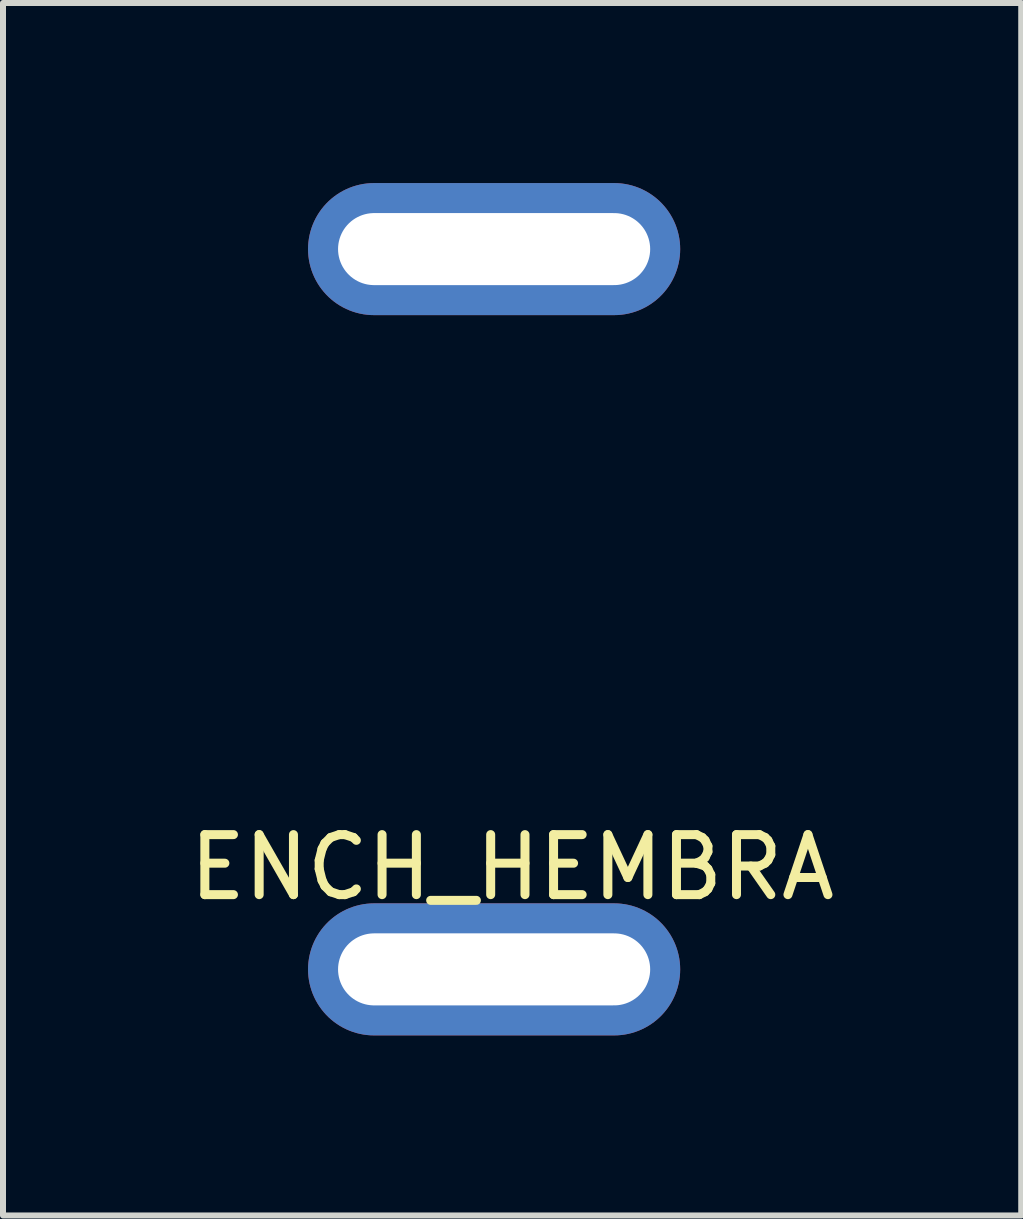
<source format=kicad_pcb>
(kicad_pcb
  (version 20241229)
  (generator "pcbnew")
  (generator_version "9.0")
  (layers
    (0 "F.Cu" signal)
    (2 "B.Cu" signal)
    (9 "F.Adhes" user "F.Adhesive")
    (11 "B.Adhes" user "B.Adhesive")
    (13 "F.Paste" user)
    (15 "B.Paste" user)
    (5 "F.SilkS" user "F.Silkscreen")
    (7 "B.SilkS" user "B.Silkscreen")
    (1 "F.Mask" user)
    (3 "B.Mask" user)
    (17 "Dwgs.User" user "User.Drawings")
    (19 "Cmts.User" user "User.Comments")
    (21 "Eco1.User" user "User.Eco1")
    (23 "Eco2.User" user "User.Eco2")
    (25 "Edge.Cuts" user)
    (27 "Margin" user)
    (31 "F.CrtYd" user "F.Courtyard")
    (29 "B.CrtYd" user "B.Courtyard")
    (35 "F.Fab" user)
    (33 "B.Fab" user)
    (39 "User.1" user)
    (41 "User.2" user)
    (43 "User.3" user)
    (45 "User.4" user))
  (footprint "ENCH_HEMBRA"
    (layer "F.Cu")
    (at 2.582 12.5)
    (property "Reference" "ENCH_HEMBRA" (at 2.9 -1.1 0) (layer "F.SilkS") (effects (font (size 1 1) (thickness 0.15))))
    (attr through_hole)
    (pad "1" thru_hole oval (at 2.6 -11.4) (size 6.2 2.2) (drill oval 5.2 1.2) (layers "*.Cu" "*.Mask"))
    (pad "2" thru_hole oval (at 2.6 0.6) (size 6.2 2.2) (drill oval 5.2 1.2) (layers "*.Cu" "*.Mask")))
  (gr_rect
    (start -3 -3)
    (end 13.964 17.2)
    (stroke (width 0.1) (type default))
    (fill no)
    (layer "Edge.Cuts")))
</source>
